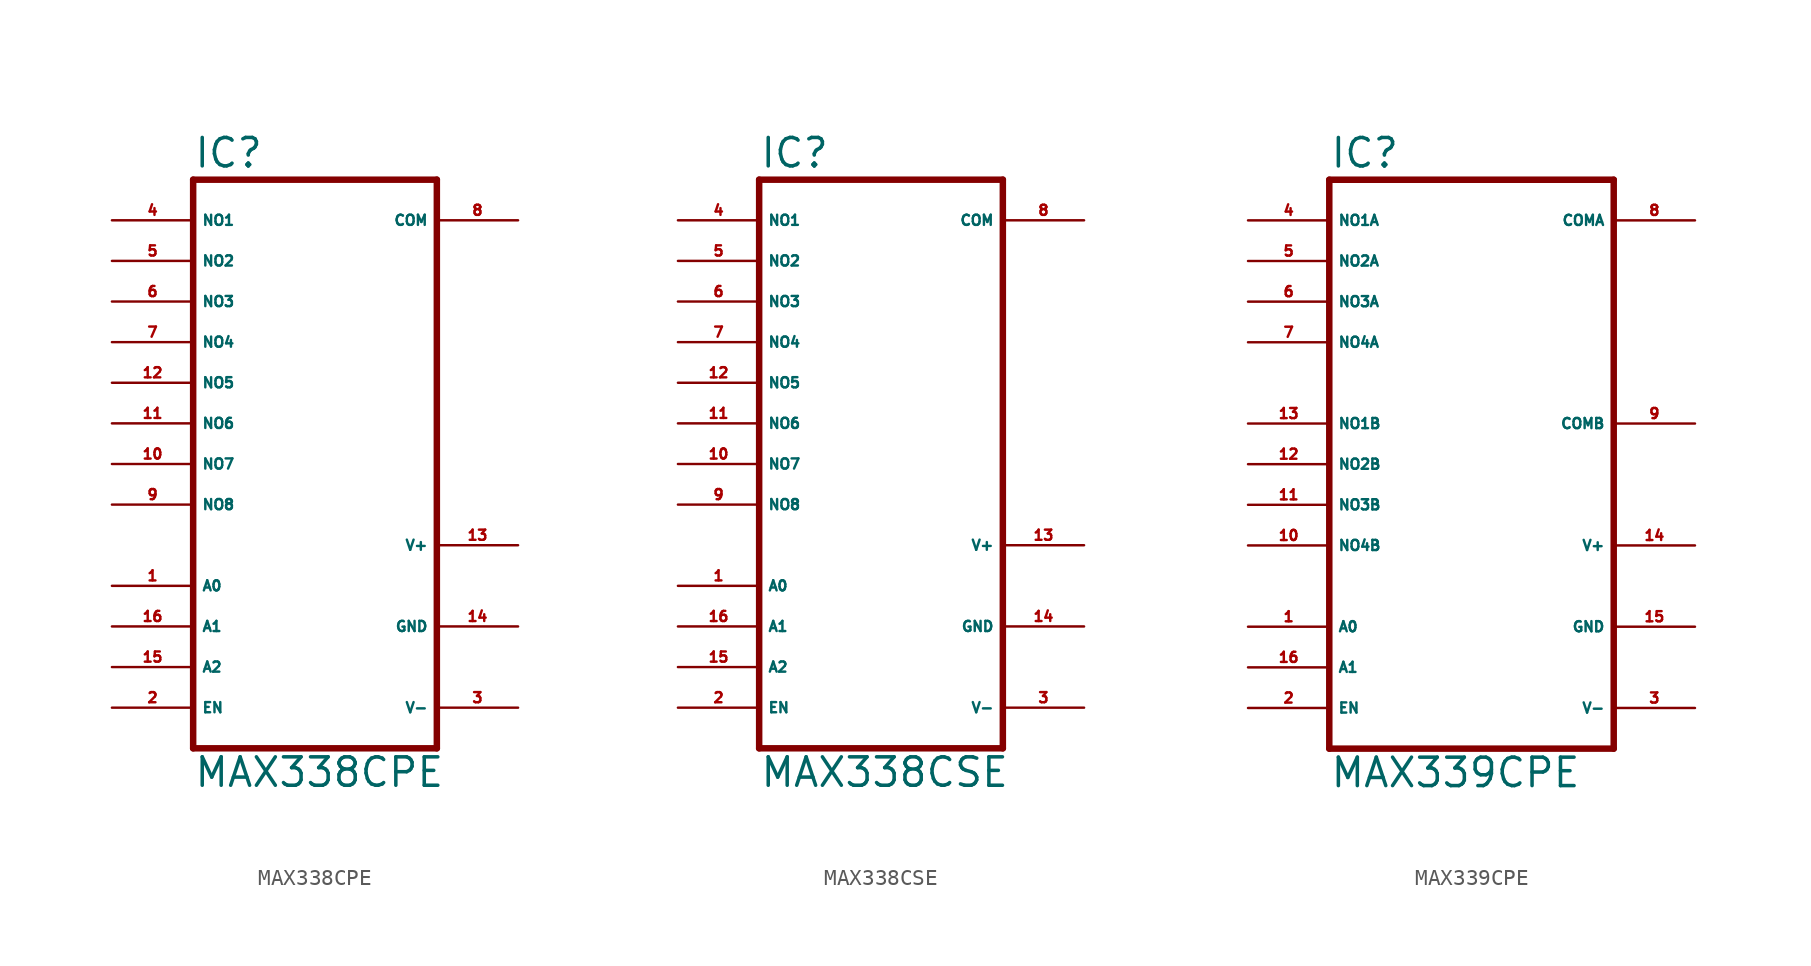
<source format=kicad_sym>
(kicad_symbol_lib
  (version 20220914)
  (generator Eagle2Kicad)
  (symbol "MAX338CPE"
    (property "Reference" "IC"
      (at -7.62 18.415 0)
      (effects (font (size 1.778 1.778) (thickness 0.22)) (justify left bottom)))
    (property "Value" "MAX338CPE"
      (at -7.62 -20.32 0)
      (effects (font (size 1.778 1.778) (thickness 0.22)) (justify left bottom)))
    (polyline
      (pts (xy -7.62 -17.78) (xy 7.62 -17.78))
      (stroke (width 0.406) (type default))
      (fill (type none)))
    (polyline
      (pts (xy 7.62 -17.78) (xy 7.62 17.78))
      (stroke (width 0.406) (type default))
      (fill (type none)))
    (polyline
      (pts (xy 7.62 17.78) (xy -7.62 17.78))
      (stroke (width 0.406) (type default))
      (fill (type none)))
    (polyline
      (pts (xy -7.62 17.78) (xy -7.62 -17.78))
      (stroke (width 0.406) (type default))
      (fill (type none)))
    (pin input line
      (at -12.7 -7.62 0)
      (length 5.08)
      (name "A0" (effects (font (size 0.635 0.635) (thickness 0.08)) (justify left bottom)))
      (number "1" (effects (font (size 0.635 0.635) (thickness 0.08)) (justify left bottom))))
    (pin input line
      (at -12.7 -10.16 0)
      (length 5.08)
      (name "A1" (effects (font (size 0.635 0.635) (thickness 0.08)) (justify left bottom)))
      (number "16" (effects (font (size 0.635 0.635) (thickness 0.08)) (justify left bottom))))
    (pin input line
      (at -12.7 -12.7 0)
      (length 5.08)
      (name "A2" (effects (font (size 0.635 0.635) (thickness 0.08)) (justify left bottom)))
      (number "15" (effects (font (size 0.635 0.635) (thickness 0.08)) (justify left bottom))))
    (pin passive line
      (at -12.7 15.24 0)
      (length 5.08)
      (name "NO1" (effects (font (size 0.635 0.635) (thickness 0.08)) (justify left bottom)))
      (number "4" (effects (font (size 0.635 0.635) (thickness 0.08)) (justify left bottom))))
    (pin passive line
      (at -12.7 12.7 0)
      (length 5.08)
      (name "NO2" (effects (font (size 0.635 0.635) (thickness 0.08)) (justify left bottom)))
      (number "5" (effects (font (size 0.635 0.635) (thickness 0.08)) (justify left bottom))))
    (pin passive line
      (at -12.7 10.16 0)
      (length 5.08)
      (name "NO3" (effects (font (size 0.635 0.635) (thickness 0.08)) (justify left bottom)))
      (number "6" (effects (font (size 0.635 0.635) (thickness 0.08)) (justify left bottom))))
    (pin passive line
      (at -12.7 7.62 0)
      (length 5.08)
      (name "NO4" (effects (font (size 0.635 0.635) (thickness 0.08)) (justify left bottom)))
      (number "7" (effects (font (size 0.635 0.635) (thickness 0.08)) (justify left bottom))))
    (pin passive line
      (at -12.7 5.08 0)
      (length 5.08)
      (name "NO5" (effects (font (size 0.635 0.635) (thickness 0.08)) (justify left bottom)))
      (number "12" (effects (font (size 0.635 0.635) (thickness 0.08)) (justify left bottom))))
    (pin passive line
      (at -12.7 2.54 0)
      (length 5.08)
      (name "NO6" (effects (font (size 0.635 0.635) (thickness 0.08)) (justify left bottom)))
      (number "11" (effects (font (size 0.635 0.635) (thickness 0.08)) (justify left bottom))))
    (pin passive line
      (at -12.7 0 0)
      (length 5.08)
      (name "NO7" (effects (font (size 0.635 0.635) (thickness 0.08)) (justify left bottom)))
      (number "10" (effects (font (size 0.635 0.635) (thickness 0.08)) (justify left bottom))))
    (pin passive line
      (at -12.7 -2.54 0)
      (length 5.08)
      (name "NO8" (effects (font (size 0.635 0.635) (thickness 0.08)) (justify left bottom)))
      (number "9" (effects (font (size 0.635 0.635) (thickness 0.08)) (justify left bottom))))
    (pin input line
      (at -12.7 -15.24 0)
      (length 5.08)
      (name "EN" (effects (font (size 0.635 0.635) (thickness 0.08)) (justify left bottom)))
      (number "2" (effects (font (size 0.635 0.635) (thickness 0.08)) (justify left bottom))))
    (pin passive line
      (at 12.7 15.24 180)
      (length 5.08)
      (name "COM" (effects (font (size 0.635 0.635) (thickness 0.08)) (justify left bottom)))
      (number "8" (effects (font (size 0.635 0.635) (thickness 0.08)) (justify left bottom))))
    (pin unspecified line
      (at 12.7 -15.24 180)
      (length 5.08)
      (name "V-" (effects (font (size 0.635 0.635) (thickness 0.08)) (justify left bottom)))
      (number "3" (effects (font (size 0.635 0.635) (thickness 0.08)) (justify left bottom))))
    (pin unspecified line
      (at 12.7 -10.16 180)
      (length 5.08)
      (name "GND" (effects (font (size 0.635 0.635) (thickness 0.08)) (justify left bottom)))
      (number "14" (effects (font (size 0.635 0.635) (thickness 0.08)) (justify left bottom))))
    (pin unspecified line
      (at 12.7 -5.08 180)
      (length 5.08)
      (name "V+" (effects (font (size 0.635 0.635) (thickness 0.08)) (justify left bottom)))
      (number "13" (effects (font (size 0.635 0.635) (thickness 0.08)) (justify left bottom)))))
  (symbol "MAX338CSE"
    (property "Reference" "IC"
      (at -7.62 18.415 0)
      (effects (font (size 1.778 1.778) (thickness 0.22)) (justify left bottom)))
    (property "Value" "MAX338CSE"
      (at -7.62 -20.32 0)
      (effects (font (size 1.778 1.778) (thickness 0.22)) (justify left bottom)))
    (polyline
      (pts (xy -7.62 -17.78) (xy 7.62 -17.78))
      (stroke (width 0.406) (type default))
      (fill (type none)))
    (polyline
      (pts (xy 7.62 -17.78) (xy 7.62 17.78))
      (stroke (width 0.406) (type default))
      (fill (type none)))
    (polyline
      (pts (xy 7.62 17.78) (xy -7.62 17.78))
      (stroke (width 0.406) (type default))
      (fill (type none)))
    (polyline
      (pts (xy -7.62 17.78) (xy -7.62 -17.78))
      (stroke (width 0.406) (type default))
      (fill (type none)))
    (pin input line
      (at -12.7 -7.62 0)
      (length 5.08)
      (name "A0" (effects (font (size 0.635 0.635) (thickness 0.08)) (justify left bottom)))
      (number "1" (effects (font (size 0.635 0.635) (thickness 0.08)) (justify left bottom))))
    (pin input line
      (at -12.7 -10.16 0)
      (length 5.08)
      (name "A1" (effects (font (size 0.635 0.635) (thickness 0.08)) (justify left bottom)))
      (number "16" (effects (font (size 0.635 0.635) (thickness 0.08)) (justify left bottom))))
    (pin input line
      (at -12.7 -12.7 0)
      (length 5.08)
      (name "A2" (effects (font (size 0.635 0.635) (thickness 0.08)) (justify left bottom)))
      (number "15" (effects (font (size 0.635 0.635) (thickness 0.08)) (justify left bottom))))
    (pin passive line
      (at -12.7 15.24 0)
      (length 5.08)
      (name "NO1" (effects (font (size 0.635 0.635) (thickness 0.08)) (justify left bottom)))
      (number "4" (effects (font (size 0.635 0.635) (thickness 0.08)) (justify left bottom))))
    (pin passive line
      (at -12.7 12.7 0)
      (length 5.08)
      (name "NO2" (effects (font (size 0.635 0.635) (thickness 0.08)) (justify left bottom)))
      (number "5" (effects (font (size 0.635 0.635) (thickness 0.08)) (justify left bottom))))
    (pin passive line
      (at -12.7 10.16 0)
      (length 5.08)
      (name "NO3" (effects (font (size 0.635 0.635) (thickness 0.08)) (justify left bottom)))
      (number "6" (effects (font (size 0.635 0.635) (thickness 0.08)) (justify left bottom))))
    (pin passive line
      (at -12.7 7.62 0)
      (length 5.08)
      (name "NO4" (effects (font (size 0.635 0.635) (thickness 0.08)) (justify left bottom)))
      (number "7" (effects (font (size 0.635 0.635) (thickness 0.08)) (justify left bottom))))
    (pin passive line
      (at -12.7 5.08 0)
      (length 5.08)
      (name "NO5" (effects (font (size 0.635 0.635) (thickness 0.08)) (justify left bottom)))
      (number "12" (effects (font (size 0.635 0.635) (thickness 0.08)) (justify left bottom))))
    (pin passive line
      (at -12.7 2.54 0)
      (length 5.08)
      (name "NO6" (effects (font (size 0.635 0.635) (thickness 0.08)) (justify left bottom)))
      (number "11" (effects (font (size 0.635 0.635) (thickness 0.08)) (justify left bottom))))
    (pin passive line
      (at -12.7 0 0)
      (length 5.08)
      (name "NO7" (effects (font (size 0.635 0.635) (thickness 0.08)) (justify left bottom)))
      (number "10" (effects (font (size 0.635 0.635) (thickness 0.08)) (justify left bottom))))
    (pin passive line
      (at -12.7 -2.54 0)
      (length 5.08)
      (name "NO8" (effects (font (size 0.635 0.635) (thickness 0.08)) (justify left bottom)))
      (number "9" (effects (font (size 0.635 0.635) (thickness 0.08)) (justify left bottom))))
    (pin input line
      (at -12.7 -15.24 0)
      (length 5.08)
      (name "EN" (effects (font (size 0.635 0.635) (thickness 0.08)) (justify left bottom)))
      (number "2" (effects (font (size 0.635 0.635) (thickness 0.08)) (justify left bottom))))
    (pin passive line
      (at 12.7 15.24 180)
      (length 5.08)
      (name "COM" (effects (font (size 0.635 0.635) (thickness 0.08)) (justify left bottom)))
      (number "8" (effects (font (size 0.635 0.635) (thickness 0.08)) (justify left bottom))))
    (pin unspecified line
      (at 12.7 -15.24 180)
      (length 5.08)
      (name "V-" (effects (font (size 0.635 0.635) (thickness 0.08)) (justify left bottom)))
      (number "3" (effects (font (size 0.635 0.635) (thickness 0.08)) (justify left bottom))))
    (pin unspecified line
      (at 12.7 -10.16 180)
      (length 5.08)
      (name "GND" (effects (font (size 0.635 0.635) (thickness 0.08)) (justify left bottom)))
      (number "14" (effects (font (size 0.635 0.635) (thickness 0.08)) (justify left bottom))))
    (pin unspecified line
      (at 12.7 -5.08 180)
      (length 5.08)
      (name "V+" (effects (font (size 0.635 0.635) (thickness 0.08)) (justify left bottom)))
      (number "13" (effects (font (size 0.635 0.635) (thickness 0.08)) (justify left bottom)))))
  (symbol "MAX339CPE"
    (property "Reference" "IC"
      (at -7.62 18.415 0)
      (effects (font (size 1.778 1.778) (thickness 0.22)) (justify left bottom)))
    (property "Value" "MAX339CPE"
      (at -7.62 -20.32 0)
      (effects (font (size 1.778 1.778) (thickness 0.22)) (justify left bottom)))
    (polyline
      (pts (xy -7.62 -17.78) (xy 10.16 -17.78))
      (stroke (width 0.406) (type default))
      (fill (type none)))
    (polyline
      (pts (xy 10.16 -17.78) (xy 10.16 17.78))
      (stroke (width 0.406) (type default))
      (fill (type none)))
    (polyline
      (pts (xy 10.16 17.78) (xy -7.62 17.78))
      (stroke (width 0.406) (type default))
      (fill (type none)))
    (polyline
      (pts (xy -7.62 17.78) (xy -7.62 -17.78))
      (stroke (width 0.406) (type default))
      (fill (type none)))
    (pin input line
      (at -12.7 -10.16 0)
      (length 5.08)
      (name "A0" (effects (font (size 0.635 0.635) (thickness 0.08)) (justify left bottom)))
      (number "1" (effects (font (size 0.635 0.635) (thickness 0.08)) (justify left bottom))))
    (pin input line
      (at -12.7 -12.7 0)
      (length 5.08)
      (name "A1" (effects (font (size 0.635 0.635) (thickness 0.08)) (justify left bottom)))
      (number "16" (effects (font (size 0.635 0.635) (thickness 0.08)) (justify left bottom))))
    (pin passive line
      (at 15.24 2.54 180)
      (length 5.08)
      (name "COMB" (effects (font (size 0.635 0.635) (thickness 0.08)) (justify left bottom)))
      (number "9" (effects (font (size 0.635 0.635) (thickness 0.08)) (justify left bottom))))
    (pin passive line
      (at -12.7 15.24 0)
      (length 5.08)
      (name "NO1A" (effects (font (size 0.635 0.635) (thickness 0.08)) (justify left bottom)))
      (number "4" (effects (font (size 0.635 0.635) (thickness 0.08)) (justify left bottom))))
    (pin passive line
      (at -12.7 12.7 0)
      (length 5.08)
      (name "NO2A" (effects (font (size 0.635 0.635) (thickness 0.08)) (justify left bottom)))
      (number "5" (effects (font (size 0.635 0.635) (thickness 0.08)) (justify left bottom))))
    (pin passive line
      (at -12.7 10.16 0)
      (length 5.08)
      (name "NO3A" (effects (font (size 0.635 0.635) (thickness 0.08)) (justify left bottom)))
      (number "6" (effects (font (size 0.635 0.635) (thickness 0.08)) (justify left bottom))))
    (pin passive line
      (at -12.7 7.62 0)
      (length 5.08)
      (name "NO4A" (effects (font (size 0.635 0.635) (thickness 0.08)) (justify left bottom)))
      (number "7" (effects (font (size 0.635 0.635) (thickness 0.08)) (justify left bottom))))
    (pin passive line
      (at -12.7 2.54 0)
      (length 5.08)
      (name "NO1B" (effects (font (size 0.635 0.635) (thickness 0.08)) (justify left bottom)))
      (number "13" (effects (font (size 0.635 0.635) (thickness 0.08)) (justify left bottom))))
    (pin passive line
      (at -12.7 0 0)
      (length 5.08)
      (name "NO2B" (effects (font (size 0.635 0.635) (thickness 0.08)) (justify left bottom)))
      (number "12" (effects (font (size 0.635 0.635) (thickness 0.08)) (justify left bottom))))
    (pin passive line
      (at -12.7 -2.54 0)
      (length 5.08)
      (name "NO3B" (effects (font (size 0.635 0.635) (thickness 0.08)) (justify left bottom)))
      (number "11" (effects (font (size 0.635 0.635) (thickness 0.08)) (justify left bottom))))
    (pin passive line
      (at -12.7 -5.08 0)
      (length 5.08)
      (name "NO4B" (effects (font (size 0.635 0.635) (thickness 0.08)) (justify left bottom)))
      (number "10" (effects (font (size 0.635 0.635) (thickness 0.08)) (justify left bottom))))
    (pin input line
      (at -12.7 -15.24 0)
      (length 5.08)
      (name "EN" (effects (font (size 0.635 0.635) (thickness 0.08)) (justify left bottom)))
      (number "2" (effects (font (size 0.635 0.635) (thickness 0.08)) (justify left bottom))))
    (pin passive line
      (at 15.24 15.24 180)
      (length 5.08)
      (name "COMA" (effects (font (size 0.635 0.635) (thickness 0.08)) (justify left bottom)))
      (number "8" (effects (font (size 0.635 0.635) (thickness 0.08)) (justify left bottom))))
    (pin unspecified line
      (at 15.24 -15.24 180)
      (length 5.08)
      (name "V-" (effects (font (size 0.635 0.635) (thickness 0.08)) (justify left bottom)))
      (number "3" (effects (font (size 0.635 0.635) (thickness 0.08)) (justify left bottom))))
    (pin unspecified line
      (at 15.24 -10.16 180)
      (length 5.08)
      (name "GND" (effects (font (size 0.635 0.635) (thickness 0.08)) (justify left bottom)))
      (number "15" (effects (font (size 0.635 0.635) (thickness 0.08)) (justify left bottom))))
    (pin unspecified line
      (at 15.24 -5.08 180)
      (length 5.08)
      (name "V+" (effects (font (size 0.635 0.635) (thickness 0.08)) (justify left bottom)))
      (number "14" (effects (font (size 0.635 0.635) (thickness 0.08)) (justify left bottom))))))
</source>
